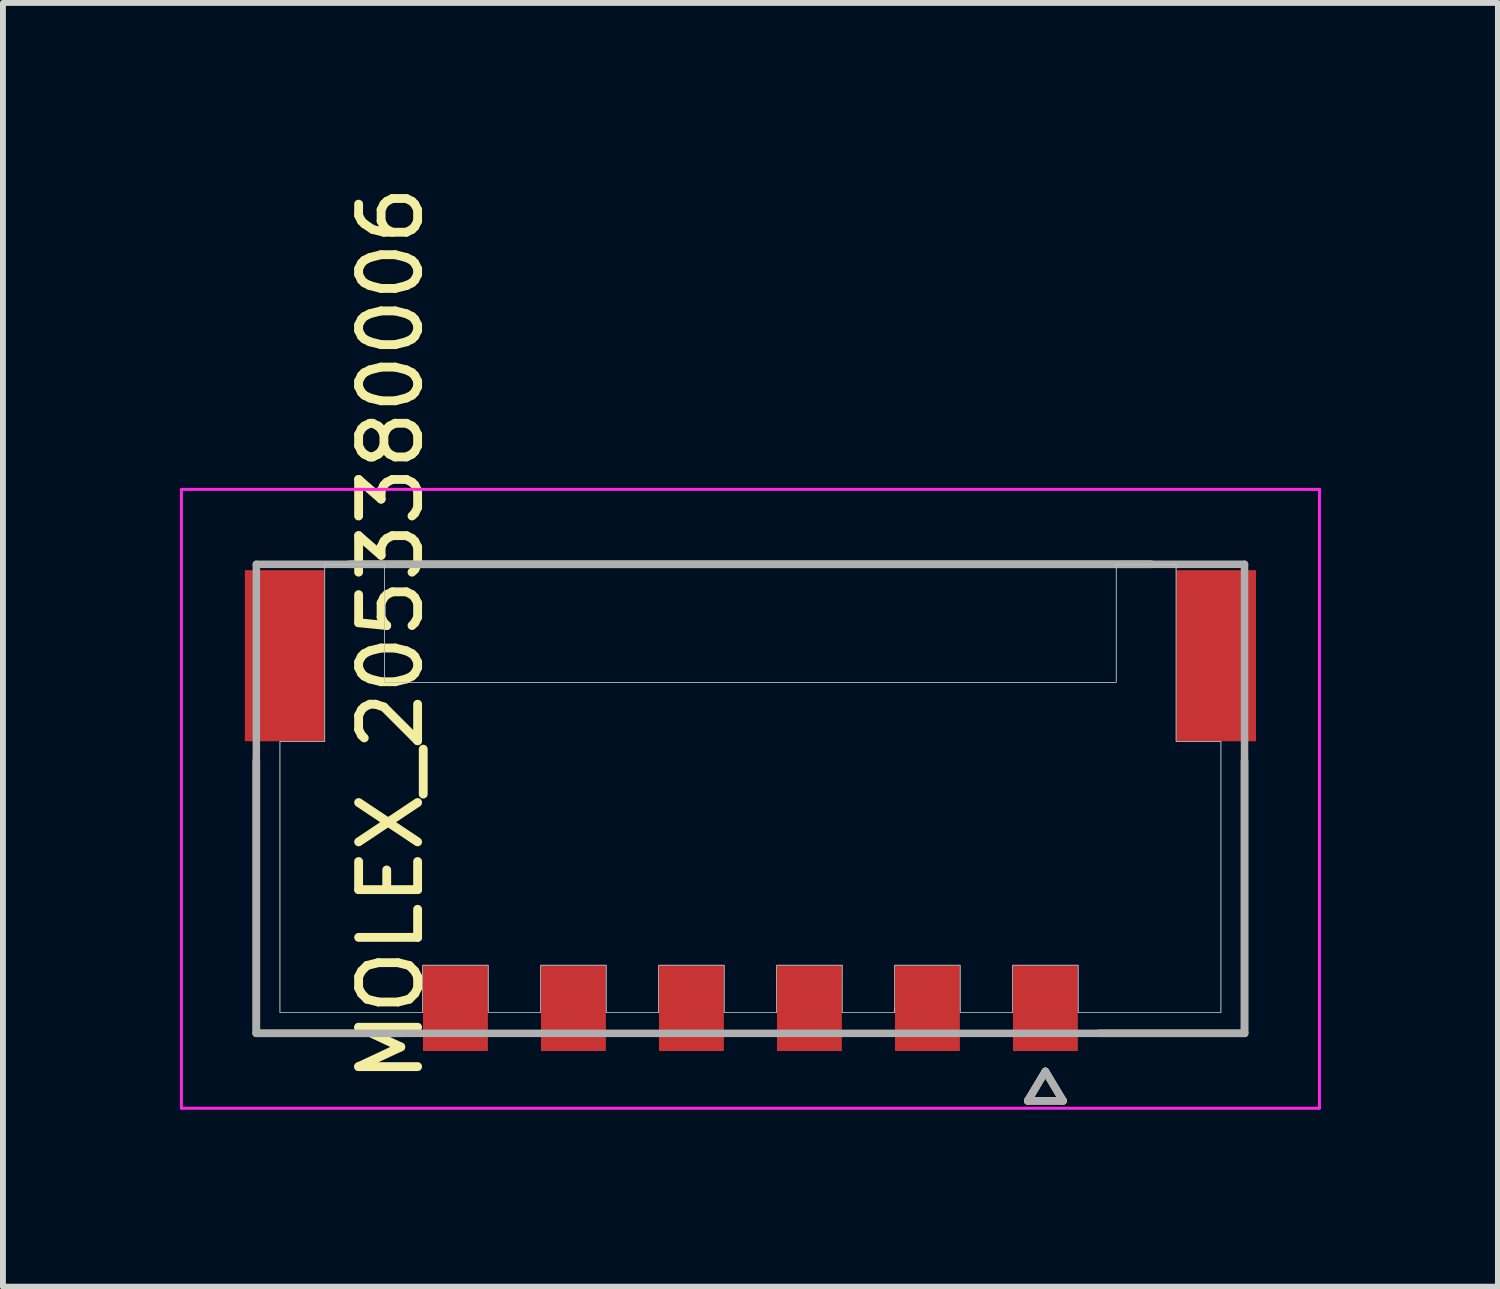
<source format=kicad_pcb>
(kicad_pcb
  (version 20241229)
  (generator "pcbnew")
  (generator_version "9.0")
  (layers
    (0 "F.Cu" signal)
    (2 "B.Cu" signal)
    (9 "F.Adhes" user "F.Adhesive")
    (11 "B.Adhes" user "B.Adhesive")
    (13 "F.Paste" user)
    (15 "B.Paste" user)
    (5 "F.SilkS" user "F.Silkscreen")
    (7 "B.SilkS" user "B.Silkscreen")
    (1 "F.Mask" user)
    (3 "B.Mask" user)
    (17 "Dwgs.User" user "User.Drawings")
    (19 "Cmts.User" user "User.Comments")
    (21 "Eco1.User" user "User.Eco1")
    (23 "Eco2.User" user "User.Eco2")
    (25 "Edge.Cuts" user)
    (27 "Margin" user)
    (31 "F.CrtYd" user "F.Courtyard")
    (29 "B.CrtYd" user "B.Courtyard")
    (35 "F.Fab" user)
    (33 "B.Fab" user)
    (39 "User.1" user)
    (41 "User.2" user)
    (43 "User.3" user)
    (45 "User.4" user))
  (footprint "MOLEX_2053380006"
    (layer "F.Cu")
    (at 9.67 10.49)
    (property "Reference" "MOLEX_2053380006" (at -6.096 -2.794 270) (layer "F.SilkS") (effects (font (size 1 1) (thickness 0.15))))
    (attr through_hole)
    (fp_poly (pts (xy -8.646 -3.951) (xy -7.144 -3.951) (xy -7.144 -0.899) (xy -8.646 -0.899)) (stroke (width 0.01) (type solid)) (fill yes) (layer "F.Mask"))
    (fp_poly (pts (xy -5.626 2.749) (xy -4.374 2.749) (xy -4.374 4.351) (xy -5.626 4.351)) (stroke (width 0.01) (type solid)) (fill yes) (layer "F.Mask"))
    (fp_poly (pts (xy -3.626 2.749) (xy -2.374 2.749) (xy -2.374 4.351) (xy -3.626 4.351)) (stroke (width 0.01) (type solid)) (fill yes) (layer "F.Mask"))
    (fp_poly (pts (xy -1.626 2.749) (xy -0.374 2.749) (xy -0.374 4.351) (xy -1.626 4.351)) (stroke (width 0.01) (type solid)) (fill yes) (layer "F.Mask"))
    (fp_poly (pts (xy 0.374 2.749) (xy 1.626 2.749) (xy 1.626 4.351) (xy 0.374 4.351)) (stroke (width 0.01) (type solid)) (fill yes) (layer "F.Mask"))
    (fp_poly (pts (xy 2.374 2.749) (xy 3.626 2.749) (xy 3.626 4.351) (xy 2.374 4.351)) (stroke (width 0.01) (type solid)) (fill yes) (layer "F.Mask"))
    (fp_poly (pts (xy 4.374 2.749) (xy 5.626 2.749) (xy 5.626 4.351) (xy 4.374 4.351)) (stroke (width 0.01) (type solid)) (fill yes) (layer "F.Mask"))
    (fp_poly (pts (xy 7.144 -3.951) (xy 8.646 -3.951) (xy 8.646 -0.899) (xy 7.144 -0.899)) (stroke (width 0.01) (type solid)) (fill yes) (layer "F.Mask"))
    (fp_line (start -8.375 3.975) (end -8.375 -0.65) (stroke (width 0.127) (type solid)) (layer "F.SilkS"))
    (fp_line (start -5.9 3.975) (end -8.375 3.975) (stroke (width 0.127) (type solid)) (layer "F.SilkS"))
    (fp_line (start 4.7 5.12) (end 5 4.62) (stroke (width 0.127) (type solid)) (layer "F.SilkS"))
    (fp_line (start 5 4.62) (end 5.3 5.12) (stroke (width 0.127) (type solid)) (layer "F.SilkS"))
    (fp_line (start 5.3 5.12) (end 4.7 5.12) (stroke (width 0.127) (type solid)) (layer "F.SilkS"))
    (fp_line (start 6.8 -3.975) (end -6.8 -3.975) (stroke (width 0.127) (type solid)) (layer "F.SilkS"))
    (fp_line (start 8.375 -0.65) (end 8.375 3.975) (stroke (width 0.127) (type solid)) (layer "F.SilkS"))
    (fp_line (start 8.375 3.975) (end 5.9 3.975) (stroke (width 0.127) (type solid)) (layer "F.SilkS"))
    (fp_poly (pts (xy -7.215 -0.97) (xy -7.215 -3.975) (xy -6.2 -3.975) (xy -6.2 -1.975) (xy 6.2 -1.975) (xy 6.2 -3.975) (xy 7.215 -3.975) (xy 7.215 -0.97) (xy 7.975 -0.97) (xy 7.975 3.625) (xy 5.555 3.625) (xy 5.555 2.82) (xy 4.445 2.82) (xy 4.445 3.625) (xy 3.555 3.625) (xy 3.555 2.82) (xy 2.445 2.82) (xy 2.445 3.625) (xy 1.555 3.625) (xy 1.555 2.82) (xy 0.445 2.82) (xy 0.445 3.625) (xy -0.445 3.625) (xy -0.445 2.82) (xy -1.555 2.82) (xy -1.555 3.625) (xy -2.445 3.625) (xy -2.445 2.82) (xy -3.555 2.82) (xy -3.555 3.625) (xy -4.445 3.625) (xy -4.445 2.82) (xy -5.555 2.82) (xy -5.555 3.625) (xy -7.975 3.625) (xy -7.975 -0.97)) (stroke (width 0.01) (type solid)) (fill no) (layer "Dwgs.User"))
    (fp_poly (pts (xy -7.215 -0.97) (xy -7.215 -3.975) (xy -6.2 -3.975) (xy -6.2 -1.975) (xy 6.2 -1.975) (xy 6.2 -3.975) (xy 7.215 -3.975) (xy 7.215 -0.97) (xy 7.975 -0.97) (xy 7.975 3.625) (xy 5.555 3.625) (xy 5.555 2.82) (xy 4.445 2.82) (xy 4.445 3.625) (xy 3.555 3.625) (xy 3.555 2.82) (xy 2.445 2.82) (xy 2.445 3.625) (xy 2.44 3.55) (xy 2.44 3.625) (xy 1.555 3.625) (xy 1.555 2.82) (xy 0.445 2.82) (xy 0.445 3.625) (xy -0.445 3.625) (xy -0.445 2.82) (xy -1.555 2.82) (xy -1.555 3.625) (xy -2.445 3.625) (xy -2.445 2.82) (xy -3.555 2.82) (xy -3.555 3.625) (xy -4.445 3.625) (xy -4.445 2.82) (xy -5.555 2.82) (xy -5.555 3.625) (xy -7.975 3.625) (xy -7.975 -0.97)) (stroke (width 0.01) (type solid)) (fill no) (layer "Dwgs.User"))
    (fp_line (start -9.645 -5.245) (end 9.645 -5.245) (stroke (width 0.05) (type solid)) (layer "F.CrtYd"))
    (fp_line (start -9.645 5.245) (end -9.645 -5.245) (stroke (width 0.05) (type solid)) (layer "F.CrtYd"))
    (fp_line (start -9.645 5.245) (end 9.645 5.245) (stroke (width 0.05) (type solid)) (layer "F.CrtYd"))
    (fp_line (start 9.645 -5.245) (end 9.645 5.245) (stroke (width 0.05) (type solid)) (layer "F.CrtYd"))
    (fp_line (start -8.375 -3.975) (end 8.375 -3.975) (stroke (width 0.127) (type solid)) (layer "F.Fab"))
    (fp_line (start -8.375 3.975) (end -8.375 -3.975) (stroke (width 0.127) (type solid)) (layer "F.Fab"))
    (fp_line (start 4.7 5.12) (end 5 4.62) (stroke (width 0.127) (type solid)) (layer "F.Fab"))
    (fp_line (start 5 4.62) (end 5.3 5.12) (stroke (width 0.127) (type solid)) (layer "F.Fab"))
    (fp_line (start 5.3 5.12) (end 4.7 5.12) (stroke (width 0.127) (type solid)) (layer "F.Fab"))
    (fp_line (start 8.375 -3.975) (end 8.375 3.975) (stroke (width 0.127) (type solid)) (layer "F.Fab"))
    (fp_line (start 8.375 3.975) (end -8.375 3.975) (stroke (width 0.127) (type solid)) (layer "F.Fab"))
    (pad "1" smd rect (at 5 3.55) (size 1.1 1.45) (layers "F.Cu" "F.Paste"))
    (pad "2" smd rect (at 3 3.55) (size 1.1 1.45) (layers "F.Cu" "F.Paste"))
    (pad "3" smd rect (at 1 3.55) (size 1.1 1.45) (layers "F.Cu" "F.Paste"))
    (pad "4" smd rect (at -1 3.55) (size 1.1 1.45) (layers "F.Cu" "F.Paste"))
    (pad "5" smd rect (at -3 3.55) (size 1.1 1.45) (layers "F.Cu" "F.Paste"))
    (pad "6" smd rect (at -5 3.55) (size 1.1 1.45) (layers "F.Cu" "F.Paste"))
    (pad "S1" smd rect (at 7.895 -2.425) (size 1.35 2.9) (layers "F.Cu" "F.Paste"))
    (pad "S2" smd rect (at -7.895 -2.425) (size 1.35 2.9) (layers "F.Cu" "F.Paste")))
  (gr_rect
    (start -3 -3)
    (end 22.34 18.76)
    (stroke (width 0.1) (type default))
    (fill no)
    (layer "Edge.Cuts")))
</source>
